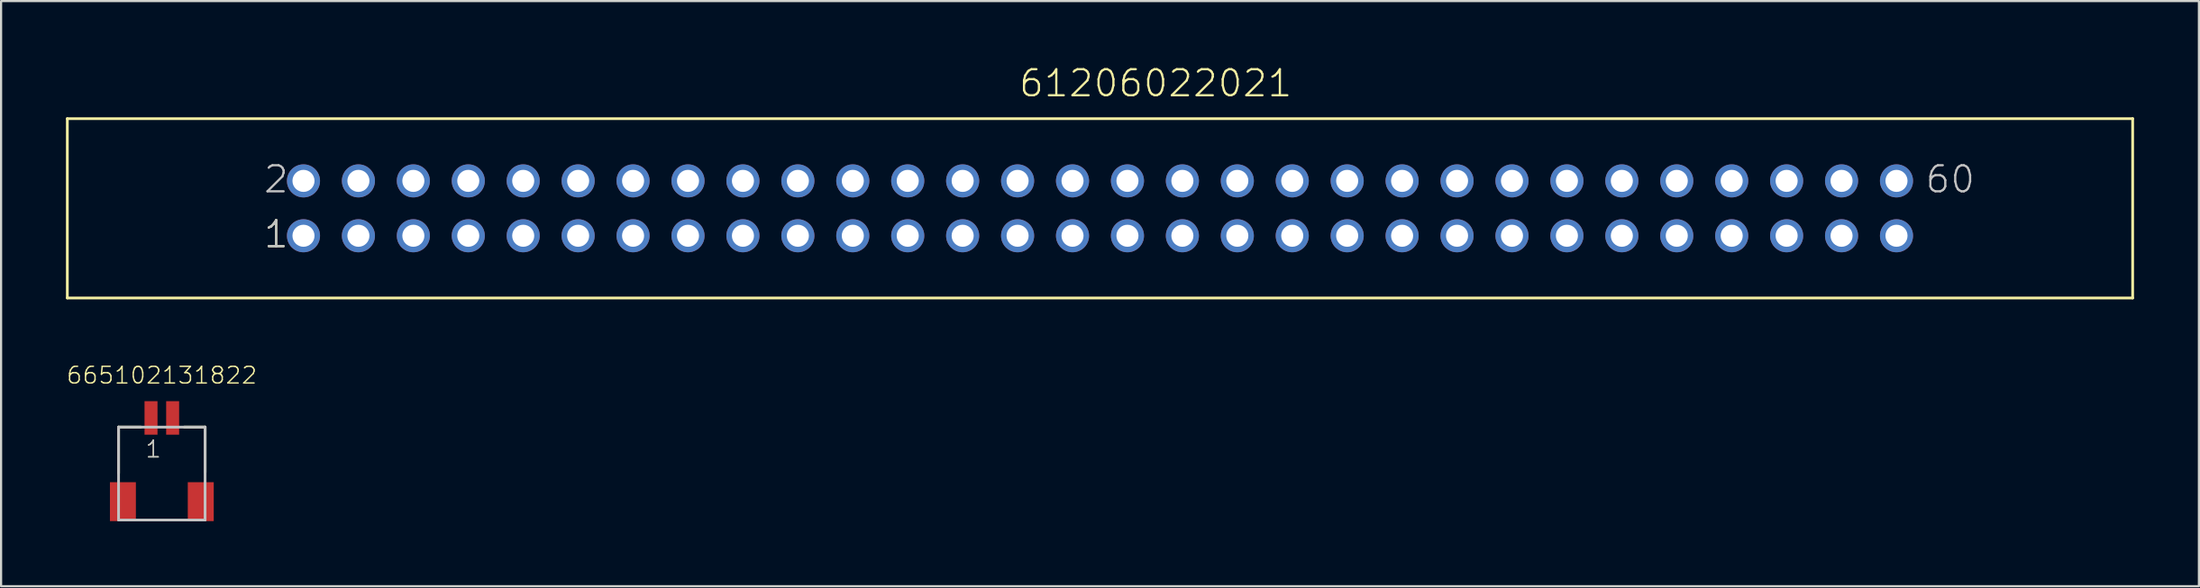
<source format=kicad_pcb>
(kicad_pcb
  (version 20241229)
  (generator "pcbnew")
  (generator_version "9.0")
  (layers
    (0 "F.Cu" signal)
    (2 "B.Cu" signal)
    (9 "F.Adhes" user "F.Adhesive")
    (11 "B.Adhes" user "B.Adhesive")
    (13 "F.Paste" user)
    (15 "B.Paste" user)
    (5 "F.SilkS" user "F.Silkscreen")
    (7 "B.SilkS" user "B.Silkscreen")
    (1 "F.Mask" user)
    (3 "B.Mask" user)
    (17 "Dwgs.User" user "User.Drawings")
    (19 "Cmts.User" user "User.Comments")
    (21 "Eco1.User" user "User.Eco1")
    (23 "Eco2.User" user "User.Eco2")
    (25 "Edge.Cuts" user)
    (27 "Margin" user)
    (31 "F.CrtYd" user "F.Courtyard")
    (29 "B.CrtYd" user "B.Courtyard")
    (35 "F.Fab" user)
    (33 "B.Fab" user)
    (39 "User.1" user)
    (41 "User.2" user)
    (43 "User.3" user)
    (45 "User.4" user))
  (footprint "61206022021"
    (layer "F.Cu")
    (at 47.813 6.591)
    (property "Reference" "61206022021" (at -3.81 -5.08 0) (layer "F.SilkS") (effects (font (size 1.206 1.206) (thickness 0.102)) (justify left bottom)))
    (attr through_hole)
    (fp_line (start -47.75 -4.15) (end 47.75 -4.15) (stroke (width 0.127) (type solid)) (layer "F.SilkS"))
    (fp_line (start -47.75 4.15) (end -47.75 -4.15) (stroke (width 0.127) (type solid)) (layer "F.SilkS"))
    (fp_line (start 47.75 -4.15) (end 47.75 4.15) (stroke (width 0.127) (type solid)) (layer "F.SilkS"))
    (fp_line (start 47.75 4.15) (end -47.75 4.15) (stroke (width 0.127) (type solid)) (layer "F.SilkS"))
    (fp_text user "1" (at -38.735 1.905 0) (layer "F.SilkS") (effects (font (size 1.206 1.206) (thickness 0.102)) (justify left bottom)))
    (fp_text user "1" (at -38.735 1.905 0) (layer "Dwgs.User") (effects (font (size 1.206 1.206) (thickness 0.102)) (justify left bottom)))
    (fp_text user "2" (at -38.735 -0.635 0) (layer "Dwgs.User") (effects (font (size 1.206 1.206) (thickness 0.102)) (justify left bottom)))
    (fp_text user "60" (at 38.1 -0.635 0) (layer "Dwgs.User") (effects (font (size 1.206 1.206) (thickness 0.102)) (justify left bottom)))
    (pad "1" thru_hole circle (at -36.83 1.27 180) (size 1.53 1.53) (drill 1.02) (layers "*.Cu" "*.Mask"))
    (pad "2" thru_hole circle (at -36.83 -1.27 180) (size 1.53 1.53) (drill 1.02) (layers "*.Cu" "*.Mask"))
    (pad "3" thru_hole circle (at -34.29 1.27 180) (size 1.53 1.53) (drill 1.02) (layers "*.Cu" "*.Mask"))
    (pad "4" thru_hole circle (at -34.29 -1.27 180) (size 1.53 1.53) (drill 1.02) (layers "*.Cu" "*.Mask"))
    (pad "5" thru_hole circle (at -31.75 1.27 180) (size 1.53 1.53) (drill 1.02) (layers "*.Cu" "*.Mask"))
    (pad "6" thru_hole circle (at -31.75 -1.27 180) (size 1.53 1.53) (drill 1.02) (layers "*.Cu" "*.Mask"))
    (pad "7" thru_hole circle (at -29.21 1.27 180) (size 1.53 1.53) (drill 1.02) (layers "*.Cu" "*.Mask"))
    (pad "8" thru_hole circle (at -29.21 -1.27 180) (size 1.53 1.53) (drill 1.02) (layers "*.Cu" "*.Mask"))
    (pad "9" thru_hole circle (at -26.67 1.27 180) (size 1.53 1.53) (drill 1.02) (layers "*.Cu" "*.Mask"))
    (pad "10" thru_hole circle (at -26.67 -1.27 180) (size 1.53 1.53) (drill 1.02) (layers "*.Cu" "*.Mask"))
    (pad "11" thru_hole circle (at -24.13 1.27 180) (size 1.53 1.53) (drill 1.02) (layers "*.Cu" "*.Mask"))
    (pad "12" thru_hole circle (at -24.13 -1.27 180) (size 1.53 1.53) (drill 1.02) (layers "*.Cu" "*.Mask"))
    (pad "13" thru_hole circle (at -21.59 1.27 180) (size 1.53 1.53) (drill 1.02) (layers "*.Cu" "*.Mask"))
    (pad "14" thru_hole circle (at -21.59 -1.27 180) (size 1.53 1.53) (drill 1.02) (layers "*.Cu" "*.Mask"))
    (pad "15" thru_hole circle (at -19.05 1.27 180) (size 1.53 1.53) (drill 1.02) (layers "*.Cu" "*.Mask"))
    (pad "16" thru_hole circle (at -19.05 -1.27 180) (size 1.53 1.53) (drill 1.02) (layers "*.Cu" "*.Mask"))
    (pad "17" thru_hole circle (at -16.51 1.27 180) (size 1.53 1.53) (drill 1.02) (layers "*.Cu" "*.Mask"))
    (pad "18" thru_hole circle (at -16.51 -1.27 180) (size 1.53 1.53) (drill 1.02) (layers "*.Cu" "*.Mask"))
    (pad "19" thru_hole circle (at -13.97 1.27 180) (size 1.53 1.53) (drill 1.02) (layers "*.Cu" "*.Mask"))
    (pad "20" thru_hole circle (at -13.97 -1.27 180) (size 1.53 1.53) (drill 1.02) (layers "*.Cu" "*.Mask"))
    (pad "21" thru_hole circle (at -11.43 1.27 180) (size 1.53 1.53) (drill 1.02) (layers "*.Cu" "*.Mask"))
    (pad "22" thru_hole circle (at -11.43 -1.27 180) (size 1.53 1.53) (drill 1.02) (layers "*.Cu" "*.Mask"))
    (pad "23" thru_hole circle (at -8.89 1.27 180) (size 1.53 1.53) (drill 1.02) (layers "*.Cu" "*.Mask"))
    (pad "24" thru_hole circle (at -8.89 -1.27 180) (size 1.53 1.53) (drill 1.02) (layers "*.Cu" "*.Mask"))
    (pad "25" thru_hole circle (at -6.35 1.27 180) (size 1.53 1.53) (drill 1.02) (layers "*.Cu" "*.Mask"))
    (pad "26" thru_hole circle (at -6.35 -1.27 180) (size 1.53 1.53) (drill 1.02) (layers "*.Cu" "*.Mask"))
    (pad "27" thru_hole circle (at -3.81 1.27 180) (size 1.53 1.53) (drill 1.02) (layers "*.Cu" "*.Mask"))
    (pad "28" thru_hole circle (at -3.81 -1.27 180) (size 1.53 1.53) (drill 1.02) (layers "*.Cu" "*.Mask"))
    (pad "29" thru_hole circle (at -1.27 1.27 180) (size 1.53 1.53) (drill 1.02) (layers "*.Cu" "*.Mask"))
    (pad "30" thru_hole circle (at -1.27 -1.27 180) (size 1.53 1.53) (drill 1.02) (layers "*.Cu" "*.Mask"))
    (pad "31" thru_hole circle (at 1.27 1.27 180) (size 1.53 1.53) (drill 1.02) (layers "*.Cu" "*.Mask"))
    (pad "32" thru_hole circle (at 1.27 -1.27 180) (size 1.53 1.53) (drill 1.02) (layers "*.Cu" "*.Mask"))
    (pad "33" thru_hole circle (at 3.81 1.27 180) (size 1.53 1.53) (drill 1.02) (layers "*.Cu" "*.Mask"))
    (pad "34" thru_hole circle (at 3.81 -1.27 180) (size 1.53 1.53) (drill 1.02) (layers "*.Cu" "*.Mask"))
    (pad "35" thru_hole circle (at 6.35 1.27 180) (size 1.53 1.53) (drill 1.02) (layers "*.Cu" "*.Mask"))
    (pad "36" thru_hole circle (at 6.35 -1.27 180) (size 1.53 1.53) (drill 1.02) (layers "*.Cu" "*.Mask"))
    (pad "37" thru_hole circle (at 8.89 1.27 180) (size 1.53 1.53) (drill 1.02) (layers "*.Cu" "*.Mask"))
    (pad "38" thru_hole circle (at 8.89 -1.27 180) (size 1.53 1.53) (drill 1.02) (layers "*.Cu" "*.Mask"))
    (pad "39" thru_hole circle (at 11.43 1.27 180) (size 1.53 1.53) (drill 1.02) (layers "*.Cu" "*.Mask"))
    (pad "40" thru_hole circle (at 11.43 -1.27 180) (size 1.53 1.53) (drill 1.02) (layers "*.Cu" "*.Mask"))
    (pad "41" thru_hole circle (at 13.97 1.27 180) (size 1.53 1.53) (drill 1.02) (layers "*.Cu" "*.Mask"))
    (pad "42" thru_hole circle (at 13.97 -1.27 180) (size 1.53 1.53) (drill 1.02) (layers "*.Cu" "*.Mask"))
    (pad "43" thru_hole circle (at 16.51 1.27 180) (size 1.53 1.53) (drill 1.02) (layers "*.Cu" "*.Mask"))
    (pad "44" thru_hole circle (at 16.51 -1.27 180) (size 1.53 1.53) (drill 1.02) (layers "*.Cu" "*.Mask"))
    (pad "45" thru_hole circle (at 19.05 1.27 180) (size 1.53 1.53) (drill 1.02) (layers "*.Cu" "*.Mask"))
    (pad "46" thru_hole circle (at 19.05 -1.27 180) (size 1.53 1.53) (drill 1.02) (layers "*.Cu" "*.Mask"))
    (pad "47" thru_hole circle (at 21.59 1.27 180) (size 1.53 1.53) (drill 1.02) (layers "*.Cu" "*.Mask"))
    (pad "48" thru_hole circle (at 21.59 -1.27 180) (size 1.53 1.53) (drill 1.02) (layers "*.Cu" "*.Mask"))
    (pad "49" thru_hole circle (at 24.13 1.27 180) (size 1.53 1.53) (drill 1.02) (layers "*.Cu" "*.Mask"))
    (pad "50" thru_hole circle (at 24.13 -1.27 180) (size 1.53 1.53) (drill 1.02) (layers "*.Cu" "*.Mask"))
    (pad "51" thru_hole circle (at 26.67 1.27 180) (size 1.53 1.53) (drill 1.02) (layers "*.Cu" "*.Mask"))
    (pad "52" thru_hole circle (at 26.67 -1.27 180) (size 1.53 1.53) (drill 1.02) (layers "*.Cu" "*.Mask"))
    (pad "53" thru_hole circle (at 29.21 1.27 180) (size 1.53 1.53) (drill 1.02) (layers "*.Cu" "*.Mask"))
    (pad "54" thru_hole circle (at 29.21 -1.27 180) (size 1.53 1.53) (drill 1.02) (layers "*.Cu" "*.Mask"))
    (pad "55" thru_hole circle (at 31.75 1.27 180) (size 1.53 1.53) (drill 1.02) (layers "*.Cu" "*.Mask"))
    (pad "56" thru_hole circle (at 31.75 -1.27 180) (size 1.53 1.53) (drill 1.02) (layers "*.Cu" "*.Mask"))
    (pad "57" thru_hole circle (at 34.29 1.27 180) (size 1.53 1.53) (drill 1.02) (layers "*.Cu" "*.Mask"))
    (pad "58" thru_hole circle (at 34.29 -1.27 180) (size 1.53 1.53) (drill 1.02) (layers "*.Cu" "*.Mask"))
    (pad "59" thru_hole circle (at 36.83 1.27 180) (size 1.53 1.53) (drill 1.02) (layers "*.Cu" "*.Mask"))
    (pad "60" thru_hole circle (at 36.83 -1.27 180) (size 1.53 1.53) (drill 1.02) (layers "*.Cu" "*.Mask")))
  (footprint "665102131822"
    (layer "F.Cu")
    (at 4.433 16.292)
    (property "Reference" "665102131822" (at 0 -1.52 0) (layer "F.SilkS") (effects (font (size 0.772 0.772) (thickness 0.065)) (justify bottom)))
    (attr through_hole)
    (fp_line (start -2 0.425) (end -2 2.56) (stroke (width 0.127) (type solid)) (layer "F.SilkS"))
    (fp_line (start -0.97 0.425) (end -2 0.425) (stroke (width 0.127) (type solid)) (layer "F.SilkS"))
    (fp_line (start -0.92 4.725) (end 0.91 4.725) (stroke (width 0.127) (type solid)) (layer "F.SilkS"))
    (fp_line (start 1.04 0.425) (end 2 0.425) (stroke (width 0.127) (type solid)) (layer "F.SilkS"))
    (fp_line (start 2 0.425) (end 2 2.52) (stroke (width 0.127) (type solid)) (layer "F.SilkS"))
    (fp_line (start -2 0.425) (end 2 0.425) (stroke (width 0.127) (type solid)) (layer "Dwgs.User"))
    (fp_line (start -2 4.725) (end -2 0.425) (stroke (width 0.127) (type solid)) (layer "Dwgs.User"))
    (fp_line (start 2 0.425) (end 2 4.725) (stroke (width 0.127) (type solid)) (layer "Dwgs.User"))
    (fp_line (start 2 4.725) (end -2 4.725) (stroke (width 0.127) (type solid)) (layer "Dwgs.User"))
    (fp_text user "1" (at -0.8 1.9 0) (layer "F.SilkS") (effects (font (size 0.772 0.772) (thickness 0.065)) (justify left bottom)))
    (fp_text user "1" (at -0.8 1.9 0) (layer "Dwgs.User") (effects (font (size 0.772 0.772) (thickness 0.065)) (justify left bottom)))
    (pad "1" smd rect (at -0.5 0) (size 0.6 1.55) (layers "F.Cu" "F.Mask" "F.Paste"))
    (pad "2" smd rect (at 0.5 0) (size 0.6 1.55) (layers "F.Cu" "F.Mask" "F.Paste"))
    (pad "Z1" smd rect (at -1.8 3.875) (size 1.2 1.8) (layers "F.Cu" "F.Mask" "F.Paste"))
    (pad "Z2" smd rect (at 1.8 3.875) (size 1.2 1.8) (layers "F.Cu" "F.Mask" "F.Paste")))
  (gr_rect
    (start -3 -3)
    (end 98.627 24.081)
    (stroke (width 0.1) (type default))
    (fill no)
    (layer "Edge.Cuts")))
</source>
